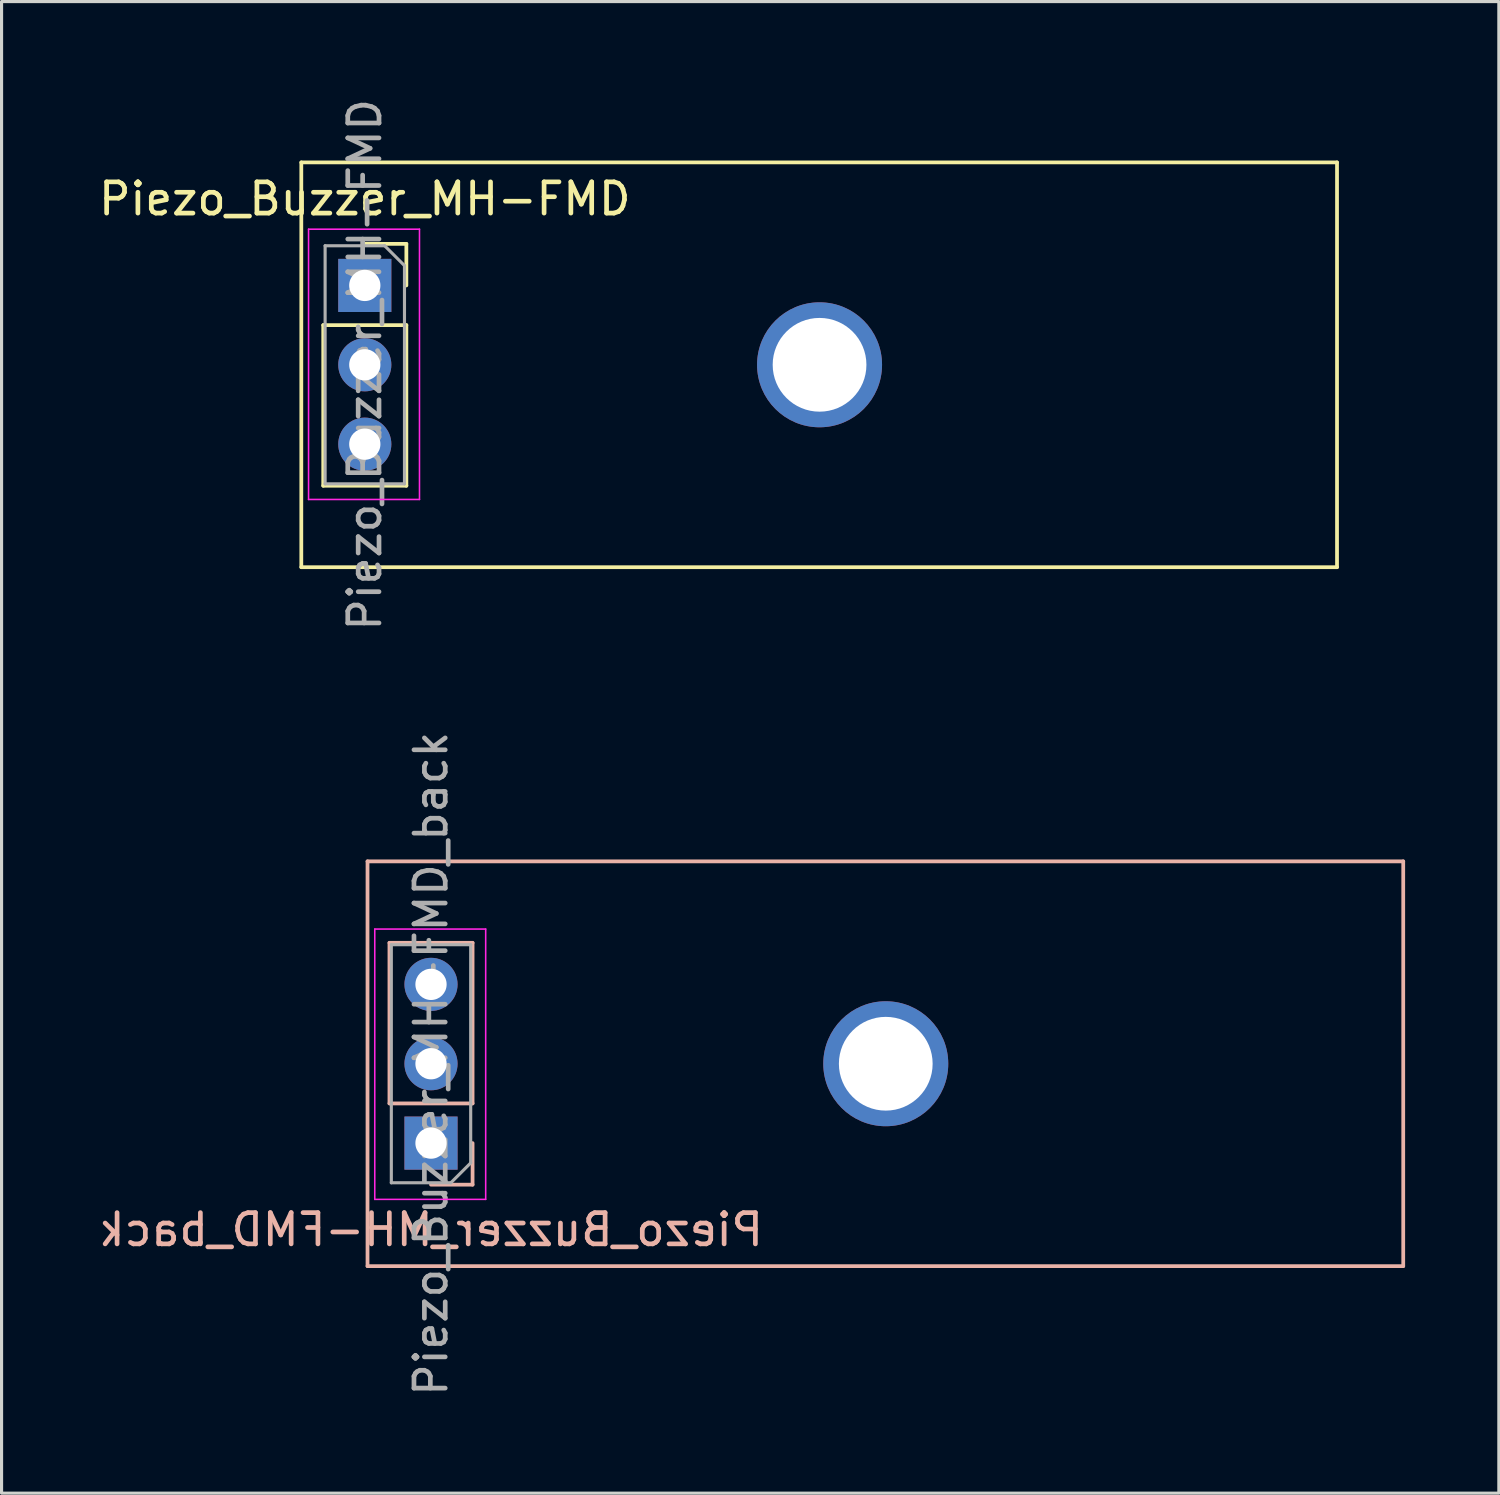
<source format=kicad_pcb>
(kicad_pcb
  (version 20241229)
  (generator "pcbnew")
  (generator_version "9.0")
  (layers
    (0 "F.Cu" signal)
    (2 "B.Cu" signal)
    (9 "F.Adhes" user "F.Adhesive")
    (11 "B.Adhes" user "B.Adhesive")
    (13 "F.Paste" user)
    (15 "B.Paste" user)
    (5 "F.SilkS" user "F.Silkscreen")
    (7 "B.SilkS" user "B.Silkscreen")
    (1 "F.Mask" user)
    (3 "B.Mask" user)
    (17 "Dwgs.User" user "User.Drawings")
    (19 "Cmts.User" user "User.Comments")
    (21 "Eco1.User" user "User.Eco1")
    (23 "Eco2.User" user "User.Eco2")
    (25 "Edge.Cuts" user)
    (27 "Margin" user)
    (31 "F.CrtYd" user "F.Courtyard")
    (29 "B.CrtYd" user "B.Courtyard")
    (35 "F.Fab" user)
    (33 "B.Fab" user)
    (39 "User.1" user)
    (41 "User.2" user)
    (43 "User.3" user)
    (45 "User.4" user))
  (footprint "Piezo_Buzzer_MH-FMD_back"
    (layer "F.Cu")
    (at 25.273 30.969)
    (property "Reference" "Piezo_Buzzer_MH-FMD_back" (at -14.529 5.335 180) (layer "B.SilkS") (effects (font (size 1 1) (thickness 0.15)) (justify mirror)))
    (attr through_hole)
    (fp_line (start -16.561 -6.452) (end -16.561 6.502) (stroke (width 0.12) (type solid)) (layer "B.SilkS"))
    (fp_line (start -16.561 6.502) (end 16.586 6.502) (stroke (width 0.12) (type solid)) (layer "B.SilkS"))
    (fp_line (start -15.859 -3.845) (end -13.199 -3.845) (stroke (width 0.12) (type solid)) (layer "B.SilkS"))
    (fp_line (start -15.859 1.295) (end -15.859 -3.845) (stroke (width 0.12) (type solid)) (layer "B.SilkS"))
    (fp_line (start -15.859 1.295) (end -13.199 1.295) (stroke (width 0.12) (type solid)) (layer "B.SilkS"))
    (fp_line (start -14.529 3.895) (end -13.199 3.895) (stroke (width 0.12) (type solid)) (layer "B.SilkS"))
    (fp_line (start -13.199 1.295) (end -13.199 -3.845) (stroke (width 0.12) (type solid)) (layer "B.SilkS"))
    (fp_line (start -13.199 3.895) (end -13.199 2.565) (stroke (width 0.12) (type solid)) (layer "B.SilkS"))
    (fp_line (start 16.586 -6.452) (end -16.561 -6.452) (stroke (width 0.12) (type solid)) (layer "B.SilkS"))
    (fp_line (start 16.586 6.502) (end 16.586 -6.452) (stroke (width 0.12) (type solid)) (layer "B.SilkS"))
    (fp_line (start -16.329 -4.285) (end -16.329 4.365) (stroke (width 0.05) (type solid)) (layer "F.CrtYd"))
    (fp_line (start -16.329 4.365) (end -12.779 4.365) (stroke (width 0.05) (type solid)) (layer "F.CrtYd"))
    (fp_line (start -12.779 -4.285) (end -16.329 -4.285) (stroke (width 0.05) (type solid)) (layer "F.CrtYd"))
    (fp_line (start -12.779 4.365) (end -12.779 -4.285) (stroke (width 0.05) (type solid)) (layer "F.CrtYd"))
    (fp_line (start -15.799 -3.785) (end -15.799 3.835) (stroke (width 0.1) (type solid)) (layer "F.Fab"))
    (fp_line (start -15.799 3.835) (end -13.894 3.835) (stroke (width 0.1) (type solid)) (layer "F.Fab"))
    (fp_line (start -13.894 3.835) (end -13.259 3.2) (stroke (width 0.1) (type solid)) (layer "F.Fab"))
    (fp_line (start -13.259 -3.785) (end -15.799 -3.785) (stroke (width 0.1) (type solid)) (layer "F.Fab"))
    (fp_line (start -13.259 3.2) (end -13.259 -3.785) (stroke (width 0.1) (type solid)) (layer "F.Fab"))
    (fp_text user "${REFERENCE}" (at -14.529 0.025 270) (layer "F.Fab") (effects (font (size 1 1) (thickness 0.15))))
    (pad "1" thru_hole rect (at -14.529 2.565 180) (size 1.7 1.7) (drill 1) (layers "*.Cu" "*.Mask"))
    (pad "2" thru_hole oval (at -14.529 0.025 180) (size 1.7 1.7) (drill 1) (layers "*.Cu" "*.Mask"))
    (pad "3" thru_hole oval (at -14.529 -2.515 180) (size 1.7 1.7) (drill 1) (layers "*.Cu" "*.Mask"))
    (pad "4" thru_hole circle (at 0.025 0.025 180) (size 4 4) (drill 3) (layers "*.Cu" "*.Mask")))
  (footprint "Piezo_Buzzer_MH-FMD"
    (layer "F.Cu")
    (at 23.154 8.65)
    (property "Reference" "Piezo_Buzzer_MH-FMD" (at -14.529 -5.335 0) (layer "F.SilkS") (effects (font (size 1 1) (thickness 0.15))))
    (attr through_hole)
    (fp_line (start -16.561 -6.502) (end 16.586 -6.502) (stroke (width 0.12) (type solid)) (layer "F.SilkS"))
    (fp_line (start -16.561 6.452) (end -16.561 -6.502) (stroke (width 0.12) (type solid)) (layer "F.SilkS"))
    (fp_line (start -15.859 -1.295) (end -15.859 3.845) (stroke (width 0.12) (type solid)) (layer "F.SilkS"))
    (fp_line (start -15.859 -1.295) (end -13.199 -1.295) (stroke (width 0.12) (type solid)) (layer "F.SilkS"))
    (fp_line (start -15.859 3.845) (end -13.199 3.845) (stroke (width 0.12) (type solid)) (layer "F.SilkS"))
    (fp_line (start -14.529 -3.895) (end -13.199 -3.895) (stroke (width 0.12) (type solid)) (layer "F.SilkS"))
    (fp_line (start -13.199 -3.895) (end -13.199 -2.565) (stroke (width 0.12) (type solid)) (layer "F.SilkS"))
    (fp_line (start -13.199 -1.295) (end -13.199 3.845) (stroke (width 0.12) (type solid)) (layer "F.SilkS"))
    (fp_line (start 16.586 -6.502) (end 16.586 6.452) (stroke (width 0.12) (type solid)) (layer "F.SilkS"))
    (fp_line (start 16.586 6.452) (end -16.561 6.452) (stroke (width 0.12) (type solid)) (layer "F.SilkS"))
    (fp_line (start -16.329 -4.365) (end -12.779 -4.365) (stroke (width 0.05) (type solid)) (layer "F.CrtYd"))
    (fp_line (start -16.329 4.285) (end -16.329 -4.365) (stroke (width 0.05) (type solid)) (layer "F.CrtYd"))
    (fp_line (start -12.779 -4.365) (end -12.779 4.285) (stroke (width 0.05) (type solid)) (layer "F.CrtYd"))
    (fp_line (start -12.779 4.285) (end -16.329 4.285) (stroke (width 0.05) (type solid)) (layer "F.CrtYd"))
    (fp_line (start -15.799 -3.835) (end -13.894 -3.835) (stroke (width 0.1) (type solid)) (layer "F.Fab"))
    (fp_line (start -15.799 3.785) (end -15.799 -3.835) (stroke (width 0.1) (type solid)) (layer "F.Fab"))
    (fp_line (start -13.894 -3.835) (end -13.259 -3.2) (stroke (width 0.1) (type solid)) (layer "F.Fab"))
    (fp_line (start -13.259 -3.2) (end -13.259 3.785) (stroke (width 0.1) (type solid)) (layer "F.Fab"))
    (fp_line (start -13.259 3.785) (end -15.799 3.785) (stroke (width 0.1) (type solid)) (layer "F.Fab"))
    (fp_text user "${REFERENCE}" (at -14.529 -0.025 90) (layer "F.Fab") (effects (font (size 1 1) (thickness 0.15))))
    (pad "1" thru_hole rect (at -14.529 -2.565) (size 1.7 1.7) (drill 1) (layers "*.Cu" "*.Mask"))
    (pad "2" thru_hole oval (at -14.529 -0.025) (size 1.7 1.7) (drill 1) (layers "*.Cu" "*.Mask"))
    (pad "3" thru_hole oval (at -14.529 2.515) (size 1.7 1.7) (drill 1) (layers "*.Cu" "*.Mask"))
    (pad "4" thru_hole circle (at 0.025 -0.025) (size 4 4) (drill 3) (layers "*.Cu" "*.Mask")))
  (gr_rect
    (start -3 -3)
    (end 44.919 44.738)
    (stroke (width 0.1) (type default))
    (fill no)
    (layer "Edge.Cuts")))
</source>
